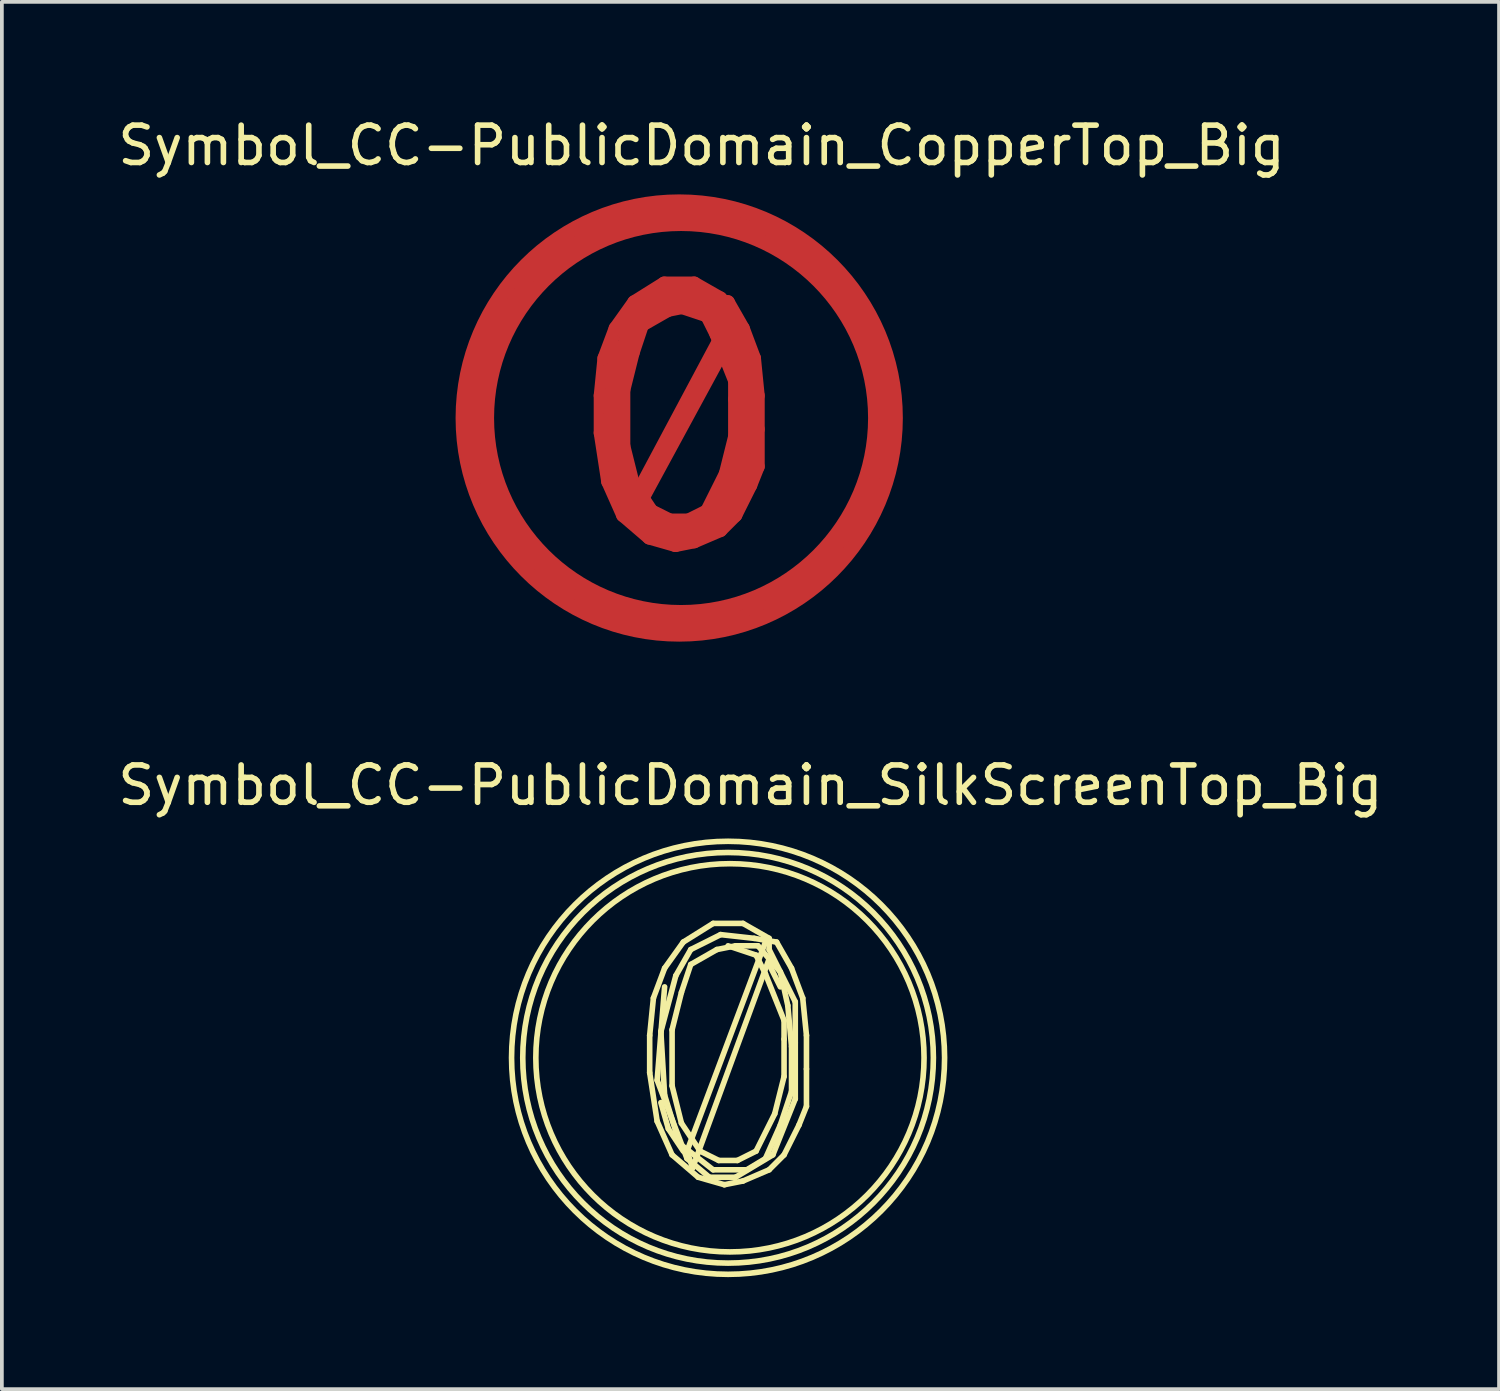
<source format=kicad_pcb>
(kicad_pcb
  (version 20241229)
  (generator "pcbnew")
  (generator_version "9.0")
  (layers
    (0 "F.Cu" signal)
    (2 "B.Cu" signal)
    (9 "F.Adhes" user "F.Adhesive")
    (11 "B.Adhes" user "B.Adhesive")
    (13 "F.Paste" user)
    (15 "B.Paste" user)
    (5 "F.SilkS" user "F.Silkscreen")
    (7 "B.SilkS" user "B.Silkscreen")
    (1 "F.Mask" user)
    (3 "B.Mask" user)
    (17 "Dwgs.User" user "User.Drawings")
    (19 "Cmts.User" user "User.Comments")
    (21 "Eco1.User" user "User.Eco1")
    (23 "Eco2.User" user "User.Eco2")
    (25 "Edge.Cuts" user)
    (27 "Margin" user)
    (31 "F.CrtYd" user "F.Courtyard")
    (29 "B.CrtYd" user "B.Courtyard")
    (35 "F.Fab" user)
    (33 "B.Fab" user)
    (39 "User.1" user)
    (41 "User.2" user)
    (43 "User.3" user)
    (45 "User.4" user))
  (footprint "Symbol_CC-PublicDomain_CopperTop_Big"
    (layer "F.Cu")
    (at 15.145 8.148)
    (property "Reference" "Symbol_CC-PublicDomain_CopperTop_Big" (at 0.599 -7.3 0) (layer "F.SilkS") (effects (font (size 1 1) (thickness 0.15))))
    (attr through_hole)
    (fp_line (start -2.1 -0.6) (end -2 -1.6) (stroke (width 0.381) (type solid)) (layer "F.Cu"))
    (fp_line (start -2.1 0.4) (end -2.1 -0.6) (stroke (width 0.381) (type solid)) (layer "F.Cu"))
    (fp_line (start -2 -1.6) (end -1.7 -2.4) (stroke (width 0.381) (type solid)) (layer "F.Cu"))
    (fp_line (start -1.9 0.6) (end -1.7 -1.9) (stroke (width 0.381) (type solid)) (layer "F.Cu"))
    (fp_line (start -1.9 1.7) (end -2.1 0.4) (stroke (width 0.381) (type solid)) (layer "F.Cu"))
    (fp_line (start -1.8 -0.7) (end -1.4 -2.2) (stroke (width 0.381) (type solid)) (layer "F.Cu"))
    (fp_line (start -1.8 1.2) (end -1.6 1.9) (stroke (width 0.381) (type solid)) (layer "F.Cu"))
    (fp_line (start -1.7 -2.4) (end -1.2 -3.1) (stroke (width 0.381) (type solid)) (layer "F.Cu"))
    (fp_line (start -1.7 1) (end -1.8 -0.7) (stroke (width 0.381) (type solid)) (layer "F.Cu"))
    (fp_line (start -1.6 1.9) (end -1.2 2.5) (stroke (width 0.381) (type solid)) (layer "F.Cu"))
    (fp_line (start -1.5 -0.75) (end -1.25 -1.75) (stroke (width 0.381) (type solid)) (layer "F.Cu"))
    (fp_line (start -1.5 0.75) (end -1.5 -0.75) (stroke (width 0.381) (type solid)) (layer "F.Cu"))
    (fp_line (start -1.5 2.6) (end -1.9 1.7) (stroke (width 0.381) (type solid)) (layer "F.Cu"))
    (fp_line (start -1.4 -2.2) (end -1 -2.9) (stroke (width 0.381) (type solid)) (layer "F.Cu"))
    (fp_line (start -1.3 2.3) (end -1.7 1) (stroke (width 0.381) (type solid)) (layer "F.Cu"))
    (fp_line (start -1.25 -1.75) (end -1 -2.5) (stroke (width 0.381) (type solid)) (layer "F.Cu"))
    (fp_line (start -1.25 1.75) (end -1.5 0.75) (stroke (width 0.381) (type solid)) (layer "F.Cu"))
    (fp_line (start -1.2 -3.1) (end -0.4 -3.6) (stroke (width 0.381) (type solid)) (layer "F.Cu"))
    (fp_line (start -1.15 2.45) (end -1.1 2.65) (stroke (width 0.381) (type solid)) (layer "F.Cu"))
    (fp_line (start -1.1 2.7) (end -1.9 0.6) (stroke (width 0.381) (type solid)) (layer "F.Cu"))
    (fp_line (start -1 -2.9) (end -0.2 -3.3) (stroke (width 0.381) (type solid)) (layer "F.Cu"))
    (fp_line (start -1 -2.5) (end -0.3 -2.9) (stroke (width 0.381) (type solid)) (layer "F.Cu"))
    (fp_line (start -0.8 3.2) (end -1.5 2.6) (stroke (width 0.381) (type solid)) (layer "F.Cu"))
    (fp_line (start -0.75 2.5) (end -1.25 1.75) (stroke (width 0.381) (type solid)) (layer "F.Cu"))
    (fp_line (start -0.5 3.2) (end -1.1 2.7) (stroke (width 0.381) (type solid)) (layer "F.Cu"))
    (fp_line (start -0.4 -3.6) (end 0.4 -3.6) (stroke (width 0.381) (type solid)) (layer "F.Cu"))
    (fp_line (start -0.4 3) (end -1.3 2.3) (stroke (width 0.381) (type solid)) (layer "F.Cu"))
    (fp_line (start -0.3 -2.9) (end 0.2 -3) (stroke (width 0.381) (type solid)) (layer "F.Cu"))
    (fp_line (start -0.25 2.75) (end -0.75 2.5) (stroke (width 0.381) (type solid)) (layer "F.Cu"))
    (fp_line (start -0.2 -3.3) (end 0.7 -3.2) (stroke (width 0.381) (type solid)) (layer "F.Cu"))
    (fp_line (start -0.1 3.4) (end -0.8 3.2) (stroke (width 0.381) (type solid)) (layer "F.Cu"))
    (fp_line (start 0 -3) (end 0.75 -2.75) (stroke (width 0.381) (type solid)) (layer "F.Cu"))
    (fp_line (start 0.2 -3) (end 0.8 -3) (stroke (width 0.381) (type solid)) (layer "F.Cu"))
    (fp_line (start 0.2 3.2) (end -0.5 3.2) (stroke (width 0.381) (type solid)) (layer "F.Cu"))
    (fp_line (start 0.25 2.75) (end -0.25 2.75) (stroke (width 0.381) (type solid)) (layer "F.Cu"))
    (fp_line (start 0.4 -3.6) (end 1.1 -3.2) (stroke (width 0.381) (type solid)) (layer "F.Cu"))
    (fp_line (start 0.4 3.3) (end -0.1 3.4) (stroke (width 0.381) (type solid)) (layer "F.Cu"))
    (fp_line (start 0.5 3) (end -0.4 3) (stroke (width 0.381) (type solid)) (layer "F.Cu"))
    (fp_line (start 0.7 -3.2) (end 1.3 -3.1) (stroke (width 0.381) (type solid)) (layer "F.Cu"))
    (fp_line (start 0.75 -2.75) (end 1 -2.25) (stroke (width 0.381) (type solid)) (layer "F.Cu"))
    (fp_line (start 0.75 2.5) (end 0.25 2.75) (stroke (width 0.381) (type solid)) (layer "F.Cu"))
    (fp_line (start 0.8 -3) (end 1.4 -2.3) (stroke (width 0.381) (type solid)) (layer "F.Cu"))
    (fp_line (start 1 -2.25) (end 1.5 -1) (stroke (width 0.381) (type solid)) (layer "F.Cu"))
    (fp_line (start 1 2.7) (end 0.5 3) (stroke (width 0.381) (type solid)) (layer "F.Cu"))
    (fp_line (start 1.1 -3.2) (end 1.1 -2.9) (stroke (width 0.381) (type solid)) (layer "F.Cu"))
    (fp_line (start 1.1 -2.9) (end 1.8 -1.5) (stroke (width 0.381) (type solid)) (layer "F.Cu"))
    (fp_line (start 1.1 -2.5) (end 1.4 -1.9) (stroke (width 0.381) (type solid)) (layer "F.Cu"))
    (fp_line (start 1.1 3) (end 0.4 3.3) (stroke (width 0.381) (type solid)) (layer "F.Cu"))
    (fp_line (start 1.2 2.6) (end 0.2 3.2) (stroke (width 0.381) (type solid)) (layer "F.Cu"))
    (fp_line (start 1.25 -2.4) (end -1.15 2.1) (stroke (width 0.381) (type solid)) (layer "F.Cu"))
    (fp_line (start 1.25 1.5) (end 0.75 2.5) (stroke (width 0.381) (type solid)) (layer "F.Cu"))
    (fp_line (start 1.3 -3.1) (end 1.7 -2.4) (stroke (width 0.381) (type solid)) (layer "F.Cu"))
    (fp_line (start 1.4 -2.3) (end 1.6 -1.4) (stroke (width 0.381) (type solid)) (layer "F.Cu"))
    (fp_line (start 1.4 -2.25) (end -1.15 2.45) (stroke (width 0.381) (type solid)) (layer "F.Cu"))
    (fp_line (start 1.4 1.8) (end 1 2.7) (stroke (width 0.381) (type solid)) (layer "F.Cu"))
    (fp_line (start 1.5 -1) (end 1.5 -0.5) (stroke (width 0.381) (type solid)) (layer "F.Cu"))
    (fp_line (start 1.5 -0.5) (end 1.5 0.5) (stroke (width 0.381) (type solid)) (layer "F.Cu"))
    (fp_line (start 1.5 0.5) (end 1.25 1.5) (stroke (width 0.381) (type solid)) (layer "F.Cu"))
    (fp_line (start 1.5 2.6) (end 1.1 3) (stroke (width 0.381) (type solid)) (layer "F.Cu"))
    (fp_line (start 1.6 -1.4) (end 1.7 -0.3) (stroke (width 0.381) (type solid)) (layer "F.Cu"))
    (fp_line (start 1.7 -2.4) (end 2 -1.6) (stroke (width 0.381) (type solid)) (layer "F.Cu"))
    (fp_line (start 1.7 -0.3) (end 1.7 0.9) (stroke (width 0.381) (type solid)) (layer "F.Cu"))
    (fp_line (start 1.7 0.9) (end 1.4 1.8) (stroke (width 0.381) (type solid)) (layer "F.Cu"))
    (fp_line (start 1.8 -1.5) (end 1.8 -0.4) (stroke (width 0.381) (type solid)) (layer "F.Cu"))
    (fp_line (start 1.8 -0.4) (end 1.8 1.1) (stroke (width 0.381) (type solid)) (layer "F.Cu"))
    (fp_line (start 1.8 1.1) (end 1.2 2.6) (stroke (width 0.381) (type solid)) (layer "F.Cu"))
    (fp_line (start 1.9 1.8) (end 1.5 2.6) (stroke (width 0.381) (type solid)) (layer "F.Cu"))
    (fp_line (start 2 -1.6) (end 2.1 -0.6) (stroke (width 0.381) (type solid)) (layer "F.Cu"))
    (fp_line (start 2.1 -0.6) (end 2.1 0.3) (stroke (width 0.381) (type solid)) (layer "F.Cu"))
    (fp_line (start 2.1 0.3) (end 2.1 1.3) (stroke (width 0.381) (type solid)) (layer "F.Cu"))
    (fp_line (start 2.1 1.3) (end 1.9 1.8) (stroke (width 0.381) (type solid)) (layer "F.Cu"))
    (fp_circle (center 0 0) (end 5.5 0) (stroke (width 0.381) (type solid)) (fill no) (layer "F.Cu"))
    (fp_circle (center 0 0) (end 5.8 -0.05) (stroke (width 0.381) (type solid)) (fill no) (layer "F.Cu"))
    (fp_circle (center 0.05 0) (end 5.25 0) (stroke (width 0.381) (type solid)) (fill no) (layer "F.Cu")))
  (footprint "Symbol_CC-PublicDomain_SilkScreenTop_Big"
    (layer "F.Cu")
    (at 16.454 25.287)
    (property "Reference" "Symbol_CC-PublicDomain_SilkScreenTop_Big" (at 0.599 -7.3 0) (layer "F.SilkS") (effects (font (size 1 1) (thickness 0.15))))
    (attr through_hole)
    (fp_line (start -2.1 -0.6) (end -2 -1.6) (stroke (width 0.15) (type solid)) (layer "F.SilkS"))
    (fp_line (start -2.1 0.4) (end -2.1 -0.6) (stroke (width 0.15) (type solid)) (layer "F.SilkS"))
    (fp_line (start -2 -1.6) (end -1.7 -2.4) (stroke (width 0.15) (type solid)) (layer "F.SilkS"))
    (fp_line (start -1.9 0.6) (end -1.7 -1.9) (stroke (width 0.15) (type solid)) (layer "F.SilkS"))
    (fp_line (start -1.9 1.7) (end -2.1 0.4) (stroke (width 0.15) (type solid)) (layer "F.SilkS"))
    (fp_line (start -1.8 -0.7) (end -1.4 -2.2) (stroke (width 0.15) (type solid)) (layer "F.SilkS"))
    (fp_line (start -1.8 1.2) (end -1.6 1.9) (stroke (width 0.15) (type solid)) (layer "F.SilkS"))
    (fp_line (start -1.7 -2.4) (end -1.2 -3.1) (stroke (width 0.15) (type solid)) (layer "F.SilkS"))
    (fp_line (start -1.7 1) (end -1.8 -0.7) (stroke (width 0.15) (type solid)) (layer "F.SilkS"))
    (fp_line (start -1.6 1.9) (end -1.2 2.5) (stroke (width 0.15) (type solid)) (layer "F.SilkS"))
    (fp_line (start -1.5 -0.75) (end -1.25 -1.75) (stroke (width 0.15) (type solid)) (layer "F.SilkS"))
    (fp_line (start -1.5 0.75) (end -1.5 -0.75) (stroke (width 0.15) (type solid)) (layer "F.SilkS"))
    (fp_line (start -1.5 2.6) (end -1.9 1.7) (stroke (width 0.15) (type solid)) (layer "F.SilkS"))
    (fp_line (start -1.4 -2.2) (end -1 -2.9) (stroke (width 0.15) (type solid)) (layer "F.SilkS"))
    (fp_line (start -1.3 2.3) (end -1.7 1) (stroke (width 0.15) (type solid)) (layer "F.SilkS"))
    (fp_line (start -1.25 -1.75) (end -1 -2.5) (stroke (width 0.15) (type solid)) (layer "F.SilkS"))
    (fp_line (start -1.25 1.75) (end -1.5 0.75) (stroke (width 0.15) (type solid)) (layer "F.SilkS"))
    (fp_line (start -1.2 -3.1) (end -0.4 -3.6) (stroke (width 0.15) (type solid)) (layer "F.SilkS"))
    (fp_line (start -1.1 2.5) (end 1 -3.1) (stroke (width 0.15) (type solid)) (layer "F.SilkS"))
    (fp_line (start -1.1 2.7) (end -1.9 0.6) (stroke (width 0.15) (type solid)) (layer "F.SilkS"))
    (fp_line (start -1 -2.9) (end -0.2 -3.3) (stroke (width 0.15) (type solid)) (layer "F.SilkS"))
    (fp_line (start -1 -2.5) (end -0.3 -2.9) (stroke (width 0.15) (type solid)) (layer "F.SilkS"))
    (fp_line (start -0.95 2.95) (end -1.1 2.5) (stroke (width 0.15) (type solid)) (layer "F.SilkS"))
    (fp_line (start -0.8 3.2) (end -1.5 2.6) (stroke (width 0.15) (type solid)) (layer "F.SilkS"))
    (fp_line (start -0.75 2.5) (end -1.25 1.75) (stroke (width 0.15) (type solid)) (layer "F.SilkS"))
    (fp_line (start -0.5 3.2) (end -1.1 2.7) (stroke (width 0.15) (type solid)) (layer "F.SilkS"))
    (fp_line (start -0.4 -3.6) (end 0.4 -3.6) (stroke (width 0.15) (type solid)) (layer "F.SilkS"))
    (fp_line (start -0.4 3) (end -1.3 2.3) (stroke (width 0.15) (type solid)) (layer "F.SilkS"))
    (fp_line (start -0.3 -2.9) (end 0.2 -3) (stroke (width 0.15) (type solid)) (layer "F.SilkS"))
    (fp_line (start -0.25 2.75) (end -0.75 2.5) (stroke (width 0.15) (type solid)) (layer "F.SilkS"))
    (fp_line (start -0.2 -3.3) (end 0.7 -3.2) (stroke (width 0.15) (type solid)) (layer "F.SilkS"))
    (fp_line (start -0.1 3.4) (end -0.8 3.2) (stroke (width 0.15) (type solid)) (layer "F.SilkS"))
    (fp_line (start 0 -3) (end 0.75 -2.75) (stroke (width 0.15) (type solid)) (layer "F.SilkS"))
    (fp_line (start 0.2 -3) (end 0.8 -3) (stroke (width 0.15) (type solid)) (layer "F.SilkS"))
    (fp_line (start 0.2 3.2) (end -0.5 3.2) (stroke (width 0.15) (type solid)) (layer "F.SilkS"))
    (fp_line (start 0.25 2.75) (end -0.25 2.75) (stroke (width 0.15) (type solid)) (layer "F.SilkS"))
    (fp_line (start 0.4 -3.6) (end 1.1 -3.2) (stroke (width 0.15) (type solid)) (layer "F.SilkS"))
    (fp_line (start 0.4 3.3) (end -0.1 3.4) (stroke (width 0.15) (type solid)) (layer "F.SilkS"))
    (fp_line (start 0.5 3) (end -0.4 3) (stroke (width 0.15) (type solid)) (layer "F.SilkS"))
    (fp_line (start 0.7 -3.2) (end 1.3 -3.1) (stroke (width 0.15) (type solid)) (layer "F.SilkS"))
    (fp_line (start 0.75 -2.75) (end 1 -2.25) (stroke (width 0.15) (type solid)) (layer "F.SilkS"))
    (fp_line (start 0.75 2.5) (end 0.25 2.75) (stroke (width 0.15) (type solid)) (layer "F.SilkS"))
    (fp_line (start 0.8 -3) (end 1.4 -2.3) (stroke (width 0.15) (type solid)) (layer "F.SilkS"))
    (fp_line (start 1 -2.25) (end 1.5 -1) (stroke (width 0.15) (type solid)) (layer "F.SilkS"))
    (fp_line (start 1 2.7) (end 0.5 3) (stroke (width 0.15) (type solid)) (layer "F.SilkS"))
    (fp_line (start 1.1 -3.2) (end 1.1 -2.9) (stroke (width 0.15) (type solid)) (layer "F.SilkS"))
    (fp_line (start 1.1 -2.9) (end 1.8 -1.5) (stroke (width 0.15) (type solid)) (layer "F.SilkS"))
    (fp_line (start 1.1 -2.65) (end -0.95 2.95) (stroke (width 0.15) (type solid)) (layer "F.SilkS"))
    (fp_line (start 1.1 -2.5) (end 1.4 -1.9) (stroke (width 0.15) (type solid)) (layer "F.SilkS"))
    (fp_line (start 1.1 3) (end 0.4 3.3) (stroke (width 0.15) (type solid)) (layer "F.SilkS"))
    (fp_line (start 1.2 2.6) (end 0.2 3.2) (stroke (width 0.15) (type solid)) (layer "F.SilkS"))
    (fp_line (start 1.25 1.5) (end 0.75 2.5) (stroke (width 0.15) (type solid)) (layer "F.SilkS"))
    (fp_line (start 1.3 -3.1) (end 1.7 -2.4) (stroke (width 0.15) (type solid)) (layer "F.SilkS"))
    (fp_line (start 1.4 -2.3) (end 1.6 -1.4) (stroke (width 0.15) (type solid)) (layer "F.SilkS"))
    (fp_line (start 1.4 1.8) (end 1 2.7) (stroke (width 0.15) (type solid)) (layer "F.SilkS"))
    (fp_line (start 1.5 -1) (end 1.5 -0.5) (stroke (width 0.15) (type solid)) (layer "F.SilkS"))
    (fp_line (start 1.5 -0.5) (end 1.5 0.5) (stroke (width 0.15) (type solid)) (layer "F.SilkS"))
    (fp_line (start 1.5 0.5) (end 1.25 1.5) (stroke (width 0.15) (type solid)) (layer "F.SilkS"))
    (fp_line (start 1.5 2.6) (end 1.1 3) (stroke (width 0.15) (type solid)) (layer "F.SilkS"))
    (fp_line (start 1.6 -1.4) (end 1.7 -0.3) (stroke (width 0.15) (type solid)) (layer "F.SilkS"))
    (fp_line (start 1.7 -2.4) (end 2 -1.6) (stroke (width 0.15) (type solid)) (layer "F.SilkS"))
    (fp_line (start 1.7 -0.3) (end 1.7 0.9) (stroke (width 0.15) (type solid)) (layer "F.SilkS"))
    (fp_line (start 1.7 0.9) (end 1.4 1.8) (stroke (width 0.15) (type solid)) (layer "F.SilkS"))
    (fp_line (start 1.8 -1.5) (end 1.8 -0.4) (stroke (width 0.15) (type solid)) (layer "F.SilkS"))
    (fp_line (start 1.8 -0.4) (end 1.8 1.1) (stroke (width 0.15) (type solid)) (layer "F.SilkS"))
    (fp_line (start 1.8 1.1) (end 1.2 2.6) (stroke (width 0.15) (type solid)) (layer "F.SilkS"))
    (fp_line (start 1.9 1.8) (end 1.5 2.6) (stroke (width 0.15) (type solid)) (layer "F.SilkS"))
    (fp_line (start 2 -1.6) (end 2.1 -0.6) (stroke (width 0.15) (type solid)) (layer "F.SilkS"))
    (fp_line (start 2.1 -0.6) (end 2.1 0.3) (stroke (width 0.15) (type solid)) (layer "F.SilkS"))
    (fp_line (start 2.1 0.3) (end 2.1 1.3) (stroke (width 0.15) (type solid)) (layer "F.SilkS"))
    (fp_line (start 2.1 1.3) (end 1.9 1.8) (stroke (width 0.15) (type solid)) (layer "F.SilkS"))
    (fp_circle (center 0 0) (end 5.5 0) (stroke (width 0.15) (type solid)) (fill no) (layer "F.SilkS"))
    (fp_circle (center 0 0) (end 5.8 -0.05) (stroke (width 0.15) (type solid)) (fill no) (layer "F.SilkS"))
    (fp_circle (center 0.05 0) (end 5.25 0) (stroke (width 0.15) (type solid)) (fill no) (layer "F.SilkS")))
  (gr_rect
    (start -3 -3)
    (end 37.107 34.162)
    (stroke (width 0.1) (type default))
    (fill no)
    (layer "Edge.Cuts")))
</source>
